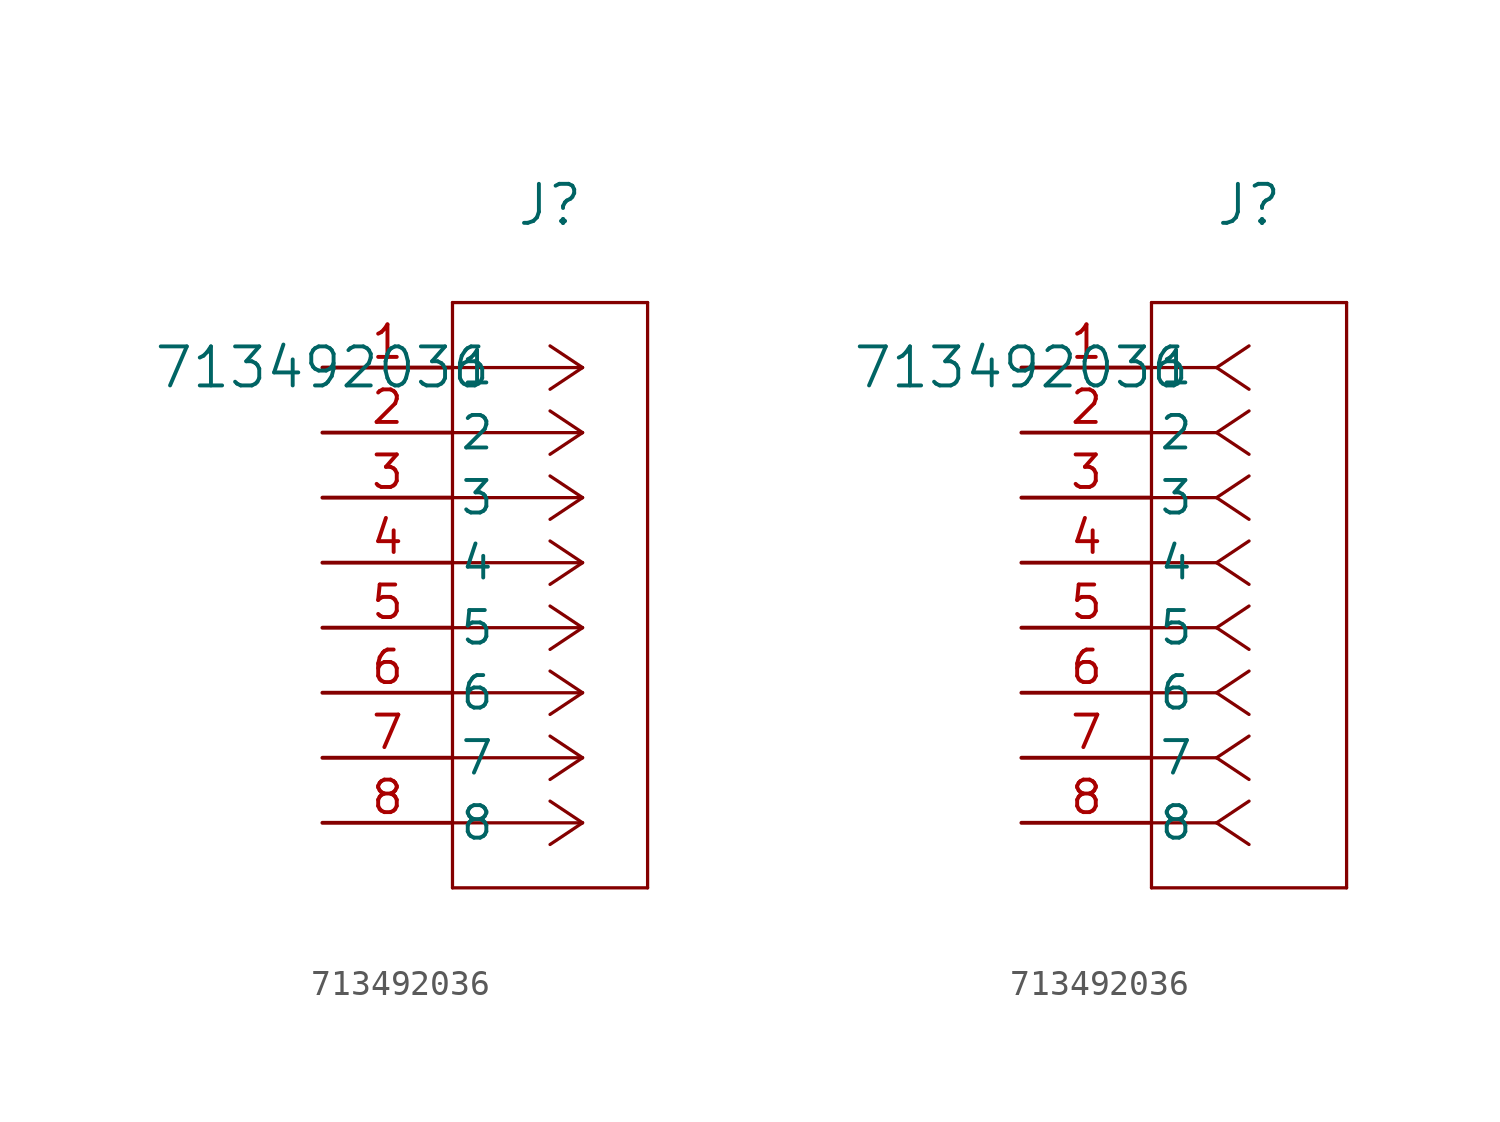
<source format=kicad_sym>
(kicad_symbol_lib
  (version 20241209)
  (generator "kicad_symbol_editor")
  (generator_version "9.0")
  (symbol "713492036"
    (pin_names
      (offset 0.254))
    (property "Reference" "J"
      (at 8.89 6.35 0)
      (effects (font (size 1.524 1.524))))
    (property "Value" "713492036"
      (at 0 0 0)
      (effects (font (size 1.524 1.524))))
    (symbol "713492036_1_1"
      (polyline (pts (xy 5.08 2.54) (xy 5.08 -20.32)) (stroke (width 0.127) (type default)) (fill (type none)))
      (polyline (pts (xy 5.08 -20.32) (xy 12.7 -20.32)) (stroke (width 0.127) (type default)) (fill (type none)))
      (polyline (pts (xy 10.16 0) (xy 5.08 0)) (stroke (width 0.127) (type default)) (fill (type none)))
      (polyline (pts (xy 10.16 0) (xy 8.89 0.847)) (stroke (width 0.127) (type default)) (fill (type none)))
      (polyline (pts (xy 10.16 0) (xy 8.89 -0.847)) (stroke (width 0.127) (type default)) (fill (type none)))
      (polyline (pts (xy 10.16 -2.54) (xy 5.08 -2.54)) (stroke (width 0.127) (type default)) (fill (type none)))
      (polyline (pts (xy 10.16 -2.54) (xy 8.89 -1.693)) (stroke (width 0.127) (type default)) (fill (type none)))
      (polyline (pts (xy 10.16 -2.54) (xy 8.89 -3.387)) (stroke (width 0.127) (type default)) (fill (type none)))
      (polyline (pts (xy 10.16 -5.08) (xy 5.08 -5.08)) (stroke (width 0.127) (type default)) (fill (type none)))
      (polyline (pts (xy 10.16 -5.08) (xy 8.89 -4.233)) (stroke (width 0.127) (type default)) (fill (type none)))
      (polyline (pts (xy 10.16 -5.08) (xy 8.89 -5.927)) (stroke (width 0.127) (type default)) (fill (type none)))
      (polyline (pts (xy 10.16 -7.62) (xy 5.08 -7.62)) (stroke (width 0.127) (type default)) (fill (type none)))
      (polyline (pts (xy 10.16 -7.62) (xy 8.89 -6.773)) (stroke (width 0.127) (type default)) (fill (type none)))
      (polyline (pts (xy 10.16 -7.62) (xy 8.89 -8.467)) (stroke (width 0.127) (type default)) (fill (type none)))
      (polyline (pts (xy 10.16 -10.16) (xy 5.08 -10.16)) (stroke (width 0.127) (type default)) (fill (type none)))
      (polyline (pts (xy 10.16 -10.16) (xy 8.89 -9.313)) (stroke (width 0.127) (type default)) (fill (type none)))
      (polyline (pts (xy 10.16 -10.16) (xy 8.89 -11.007)) (stroke (width 0.127) (type default)) (fill (type none)))
      (polyline (pts (xy 10.16 -12.7) (xy 5.08 -12.7)) (stroke (width 0.127) (type default)) (fill (type none)))
      (polyline (pts (xy 10.16 -12.7) (xy 8.89 -11.853)) (stroke (width 0.127) (type default)) (fill (type none)))
      (polyline (pts (xy 10.16 -12.7) (xy 8.89 -13.547)) (stroke (width 0.127) (type default)) (fill (type none)))
      (polyline (pts (xy 10.16 -15.24) (xy 5.08 -15.24)) (stroke (width 0.127) (type default)) (fill (type none)))
      (polyline (pts (xy 10.16 -15.24) (xy 8.89 -14.393)) (stroke (width 0.127) (type default)) (fill (type none)))
      (polyline (pts (xy 10.16 -15.24) (xy 8.89 -16.087)) (stroke (width 0.127) (type default)) (fill (type none)))
      (polyline (pts (xy 10.16 -17.78) (xy 5.08 -17.78)) (stroke (width 0.127) (type default)) (fill (type none)))
      (polyline (pts (xy 10.16 -17.78) (xy 8.89 -16.933)) (stroke (width 0.127) (type default)) (fill (type none)))
      (polyline (pts (xy 10.16 -17.78) (xy 8.89 -18.627)) (stroke (width 0.127) (type default)) (fill (type none)))
      (polyline (pts (xy 12.7 2.54) (xy 5.08 2.54)) (stroke (width 0.127) (type default)) (fill (type none)))
      (polyline (pts (xy 12.7 -20.32) (xy 12.7 2.54)) (stroke (width 0.127) (type default)) (fill (type none)))
      (pin unspecified line (at 0 0 0) (length 5.08) (name "1" (effects (font (size 1.27 1.27)))) (number "1" (effects (font (size 1.27 1.27)))))
      (pin unspecified line (at 0 -2.54 0) (length 5.08) (name "2" (effects (font (size 1.27 1.27)))) (number "2" (effects (font (size 1.27 1.27)))))
      (pin unspecified line (at 0 -5.08 0) (length 5.08) (name "3" (effects (font (size 1.27 1.27)))) (number "3" (effects (font (size 1.27 1.27)))))
      (pin unspecified line (at 0 -7.62 0) (length 5.08) (name "4" (effects (font (size 1.27 1.27)))) (number "4" (effects (font (size 1.27 1.27)))))
      (pin unspecified line (at 0 -10.16 0) (length 5.08) (name "5" (effects (font (size 1.27 1.27)))) (number "5" (effects (font (size 1.27 1.27)))))
      (pin unspecified line (at 0 -12.7 0) (length 5.08) (name "6" (effects (font (size 1.27 1.27)))) (number "6" (effects (font (size 1.27 1.27)))))
      (pin unspecified line (at 0 -15.24 0) (length 5.08) (name "7" (effects (font (size 1.27 1.27)))) (number "7" (effects (font (size 1.27 1.27)))))
      (pin unspecified line (at 0 -17.78 0) (length 5.08) (name "8" (effects (font (size 1.27 1.27)))) (number "8" (effects (font (size 1.27 1.27))))))
    (symbol "713492036_1_2"
      (polyline (pts (xy 5.08 2.54) (xy 5.08 -20.32)) (stroke (width 0.127) (type default)) (fill (type none)))
      (polyline (pts (xy 5.08 -20.32) (xy 12.7 -20.32)) (stroke (width 0.127) (type default)) (fill (type none)))
      (polyline (pts (xy 7.62 0) (xy 5.08 0)) (stroke (width 0.127) (type default)) (fill (type none)))
      (polyline (pts (xy 7.62 0) (xy 8.89 0.847)) (stroke (width 0.127) (type default)) (fill (type none)))
      (polyline (pts (xy 7.62 0) (xy 8.89 -0.847)) (stroke (width 0.127) (type default)) (fill (type none)))
      (polyline (pts (xy 7.62 -2.54) (xy 5.08 -2.54)) (stroke (width 0.127) (type default)) (fill (type none)))
      (polyline (pts (xy 7.62 -2.54) (xy 8.89 -1.693)) (stroke (width 0.127) (type default)) (fill (type none)))
      (polyline (pts (xy 7.62 -2.54) (xy 8.89 -3.387)) (stroke (width 0.127) (type default)) (fill (type none)))
      (polyline (pts (xy 7.62 -5.08) (xy 5.08 -5.08)) (stroke (width 0.127) (type default)) (fill (type none)))
      (polyline (pts (xy 7.62 -5.08) (xy 8.89 -4.233)) (stroke (width 0.127) (type default)) (fill (type none)))
      (polyline (pts (xy 7.62 -5.08) (xy 8.89 -5.927)) (stroke (width 0.127) (type default)) (fill (type none)))
      (polyline (pts (xy 7.62 -7.62) (xy 5.08 -7.62)) (stroke (width 0.127) (type default)) (fill (type none)))
      (polyline (pts (xy 7.62 -7.62) (xy 8.89 -6.773)) (stroke (width 0.127) (type default)) (fill (type none)))
      (polyline (pts (xy 7.62 -7.62) (xy 8.89 -8.467)) (stroke (width 0.127) (type default)) (fill (type none)))
      (polyline (pts (xy 7.62 -10.16) (xy 5.08 -10.16)) (stroke (width 0.127) (type default)) (fill (type none)))
      (polyline (pts (xy 7.62 -10.16) (xy 8.89 -9.313)) (stroke (width 0.127) (type default)) (fill (type none)))
      (polyline (pts (xy 7.62 -10.16) (xy 8.89 -11.007)) (stroke (width 0.127) (type default)) (fill (type none)))
      (polyline (pts (xy 7.62 -12.7) (xy 5.08 -12.7)) (stroke (width 0.127) (type default)) (fill (type none)))
      (polyline (pts (xy 7.62 -12.7) (xy 8.89 -11.853)) (stroke (width 0.127) (type default)) (fill (type none)))
      (polyline (pts (xy 7.62 -12.7) (xy 8.89 -13.547)) (stroke (width 0.127) (type default)) (fill (type none)))
      (polyline (pts (xy 7.62 -15.24) (xy 5.08 -15.24)) (stroke (width 0.127) (type default)) (fill (type none)))
      (polyline (pts (xy 7.62 -15.24) (xy 8.89 -14.393)) (stroke (width 0.127) (type default)) (fill (type none)))
      (polyline (pts (xy 7.62 -15.24) (xy 8.89 -16.087)) (stroke (width 0.127) (type default)) (fill (type none)))
      (polyline (pts (xy 7.62 -17.78) (xy 5.08 -17.78)) (stroke (width 0.127) (type default)) (fill (type none)))
      (polyline (pts (xy 7.62 -17.78) (xy 8.89 -16.933)) (stroke (width 0.127) (type default)) (fill (type none)))
      (polyline (pts (xy 7.62 -17.78) (xy 8.89 -18.627)) (stroke (width 0.127) (type default)) (fill (type none)))
      (polyline (pts (xy 12.7 2.54) (xy 5.08 2.54)) (stroke (width 0.127) (type default)) (fill (type none)))
      (polyline (pts (xy 12.7 -20.32) (xy 12.7 2.54)) (stroke (width 0.127) (type default)) (fill (type none)))
      (pin unspecified line (at 0 0 0) (length 5.08) (name "1" (effects (font (size 1.27 1.27)))) (number "1" (effects (font (size 1.27 1.27)))))
      (pin unspecified line (at 0 -2.54 0) (length 5.08) (name "2" (effects (font (size 1.27 1.27)))) (number "2" (effects (font (size 1.27 1.27)))))
      (pin unspecified line (at 0 -5.08 0) (length 5.08) (name "3" (effects (font (size 1.27 1.27)))) (number "3" (effects (font (size 1.27 1.27)))))
      (pin unspecified line (at 0 -7.62 0) (length 5.08) (name "4" (effects (font (size 1.27 1.27)))) (number "4" (effects (font (size 1.27 1.27)))))
      (pin unspecified line (at 0 -10.16 0) (length 5.08) (name "5" (effects (font (size 1.27 1.27)))) (number "5" (effects (font (size 1.27 1.27)))))
      (pin unspecified line (at 0 -12.7 0) (length 5.08) (name "6" (effects (font (size 1.27 1.27)))) (number "6" (effects (font (size 1.27 1.27)))))
      (pin unspecified line (at 0 -15.24 0) (length 5.08) (name "7" (effects (font (size 1.27 1.27)))) (number "7" (effects (font (size 1.27 1.27)))))
      (pin unspecified line (at 0 -17.78 0) (length 5.08) (name "8" (effects (font (size 1.27 1.27)))) (number "8" (effects (font (size 1.27 1.27))))))))
</source>
